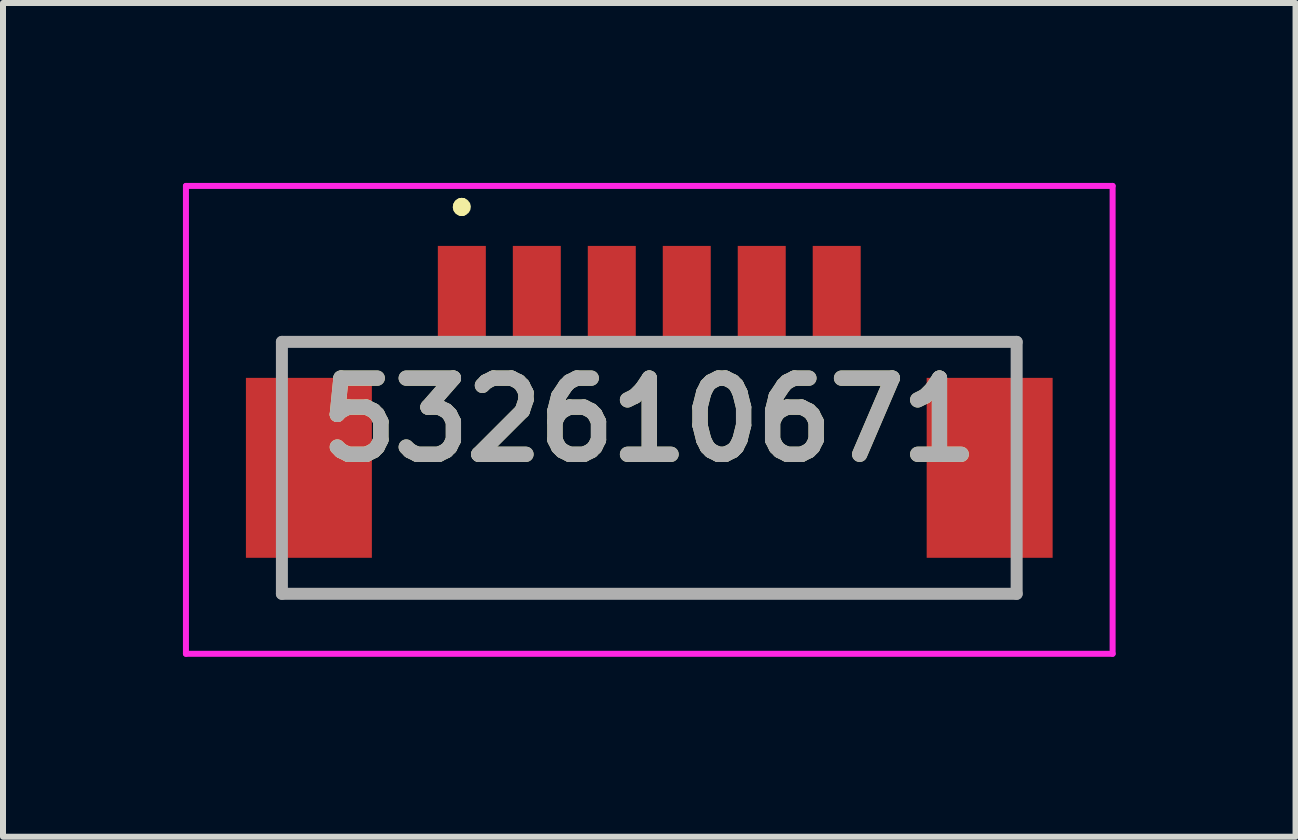
<source format=kicad_pcb>
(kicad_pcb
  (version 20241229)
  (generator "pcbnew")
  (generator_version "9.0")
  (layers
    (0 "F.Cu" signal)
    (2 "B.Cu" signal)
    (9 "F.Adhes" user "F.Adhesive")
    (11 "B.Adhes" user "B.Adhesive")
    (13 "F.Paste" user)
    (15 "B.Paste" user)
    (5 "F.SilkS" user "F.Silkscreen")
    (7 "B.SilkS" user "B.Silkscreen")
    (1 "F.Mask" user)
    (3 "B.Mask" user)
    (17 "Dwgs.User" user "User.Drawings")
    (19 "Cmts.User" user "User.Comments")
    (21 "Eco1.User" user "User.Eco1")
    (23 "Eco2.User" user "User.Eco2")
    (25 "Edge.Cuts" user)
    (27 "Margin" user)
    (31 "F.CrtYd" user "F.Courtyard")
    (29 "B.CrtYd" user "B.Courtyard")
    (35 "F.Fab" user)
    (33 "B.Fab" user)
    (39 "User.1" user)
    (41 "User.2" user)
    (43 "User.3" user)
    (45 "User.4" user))
  (footprint "532610671"
    (layer "F.Cu")
    (at 7.775 4.75)
    (property "Reference" "532610671" (at 0 -0.8 0) (layer "F.SilkS") (effects (font (size 1.27 1.27) (thickness 0.254))))
    (attr smd)
    (fp_line (start -6.125 -2.1) (end -6.125 -2.1) (stroke (width 0.1) (type solid)) (layer "F.SilkS"))
    (fp_line (start -6.125 -2.1) (end -4.25 -2.1) (stroke (width 0.1) (type solid)) (layer "F.SilkS"))
    (fp_line (start -6.125 2.1) (end -6.125 2.1) (stroke (width 0.1) (type solid)) (layer "F.SilkS"))
    (fp_line (start -6.125 2.1) (end 6.125 2.1) (stroke (width 0.1) (type solid)) (layer "F.SilkS"))
    (fp_line (start -4.25 -2.1) (end -6.125 -2.1) (stroke (width 0.1) (type solid)) (layer "F.SilkS"))
    (fp_line (start -4.25 -2.1) (end -4.25 -2.1) (stroke (width 0.1) (type solid)) (layer "F.SilkS"))
    (fp_line (start -3.125 -4.4) (end -3.125 -4.4) (stroke (width 0.2) (type solid)) (layer "F.SilkS"))
    (fp_line (start -3.125 -4.4) (end -3.125 -4.4) (stroke (width 0.2) (type solid)) (layer "F.SilkS"))
    (fp_line (start -3.125 -4.3) (end -3.125 -4.3) (stroke (width 0.2) (type solid)) (layer "F.SilkS"))
    (fp_line (start 4.25 -2.1) (end 4.25 -2.1) (stroke (width 0.1) (type solid)) (layer "F.SilkS"))
    (fp_line (start 4.25 -2.1) (end 6.125 -2.1) (stroke (width 0.1) (type solid)) (layer "F.SilkS"))
    (fp_line (start 6.125 -2.1) (end 4.25 -2.1) (stroke (width 0.1) (type solid)) (layer "F.SilkS"))
    (fp_line (start 6.125 -2.1) (end 6.125 -2.1) (stroke (width 0.1) (type solid)) (layer "F.SilkS"))
    (fp_line (start 6.125 2.1) (end -6.125 2.1) (stroke (width 0.1) (type solid)) (layer "F.SilkS"))
    (fp_line (start 6.125 2.1) (end 6.125 2.1) (stroke (width 0.1) (type solid)) (layer "F.SilkS"))
    (fp_arc (start -3.125 -4.4) (mid -3.075 -4.35) (end -3.125 -4.3) (stroke (width 0.2) (type solid)) (layer "F.SilkS"))
    (fp_arc (start -3.125 -4.3) (mid -3.175 -4.35) (end -3.125 -4.4) (stroke (width 0.2) (type solid)) (layer "F.SilkS"))
    (fp_arc (start -3.125 -4.3) (mid -3.175 -4.35) (end -3.125 -4.4) (stroke (width 0.2) (type solid)) (layer "F.SilkS"))
    (fp_line (start -7.725 -4.7) (end 7.725 -4.7) (stroke (width 0.1) (type solid)) (layer "F.CrtYd"))
    (fp_line (start -7.725 3.1) (end -7.725 -4.7) (stroke (width 0.1) (type solid)) (layer "F.CrtYd"))
    (fp_line (start 7.725 -4.7) (end 7.725 3.1) (stroke (width 0.1) (type solid)) (layer "F.CrtYd"))
    (fp_line (start 7.725 3.1) (end -7.725 3.1) (stroke (width 0.1) (type solid)) (layer "F.CrtYd"))
    (fp_line (start -6.125 -2.1) (end -6.125 2.1) (stroke (width 0.2) (type solid)) (layer "F.Fab"))
    (fp_line (start -6.125 2.1) (end 6.125 2.1) (stroke (width 0.2) (type solid)) (layer "F.Fab"))
    (fp_line (start 6.125 -2.1) (end -6.125 -2.1) (stroke (width 0.2) (type solid)) (layer "F.Fab"))
    (fp_line (start 6.125 2.1) (end 6.125 -2.1) (stroke (width 0.2) (type solid)) (layer "F.Fab"))
    (fp_text user "${REFERENCE}" (at 0 -0.8 0) (layer "F.Fab") (effects (font (size 1.27 1.27) (thickness 0.254))))
    (pad "1" smd rect (at -3.125 -2.9) (size 0.8 1.6) (layers "F.Cu" "F.Mask" "F.Paste"))
    (pad "2" smd rect (at -1.875 -2.9) (size 0.8 1.6) (layers "F.Cu" "F.Mask" "F.Paste"))
    (pad "3" smd rect (at -0.625 -2.9) (size 0.8 1.6) (layers "F.Cu" "F.Mask" "F.Paste"))
    (pad "4" smd rect (at 0.625 -2.9) (size 0.8 1.6) (layers "F.Cu" "F.Mask" "F.Paste"))
    (pad "5" smd rect (at 1.875 -2.9) (size 0.8 1.6) (layers "F.Cu" "F.Mask" "F.Paste"))
    (pad "6" smd rect (at 3.125 -2.9) (size 0.8 1.6) (layers "F.Cu" "F.Mask" "F.Paste"))
    (pad "MP1" smd rect (at -5.675 0) (size 2.1 3) (layers "F.Cu" "F.Mask" "F.Paste"))
    (pad "MP2" smd rect (at 5.675 0) (size 2.1 3) (layers "F.Cu" "F.Mask" "F.Paste")))
  (gr_rect
    (start -3 -3)
    (end 18.55 10.9)
    (stroke (width 0.1) (type default))
    (fill no)
    (layer "Edge.Cuts")))
</source>
